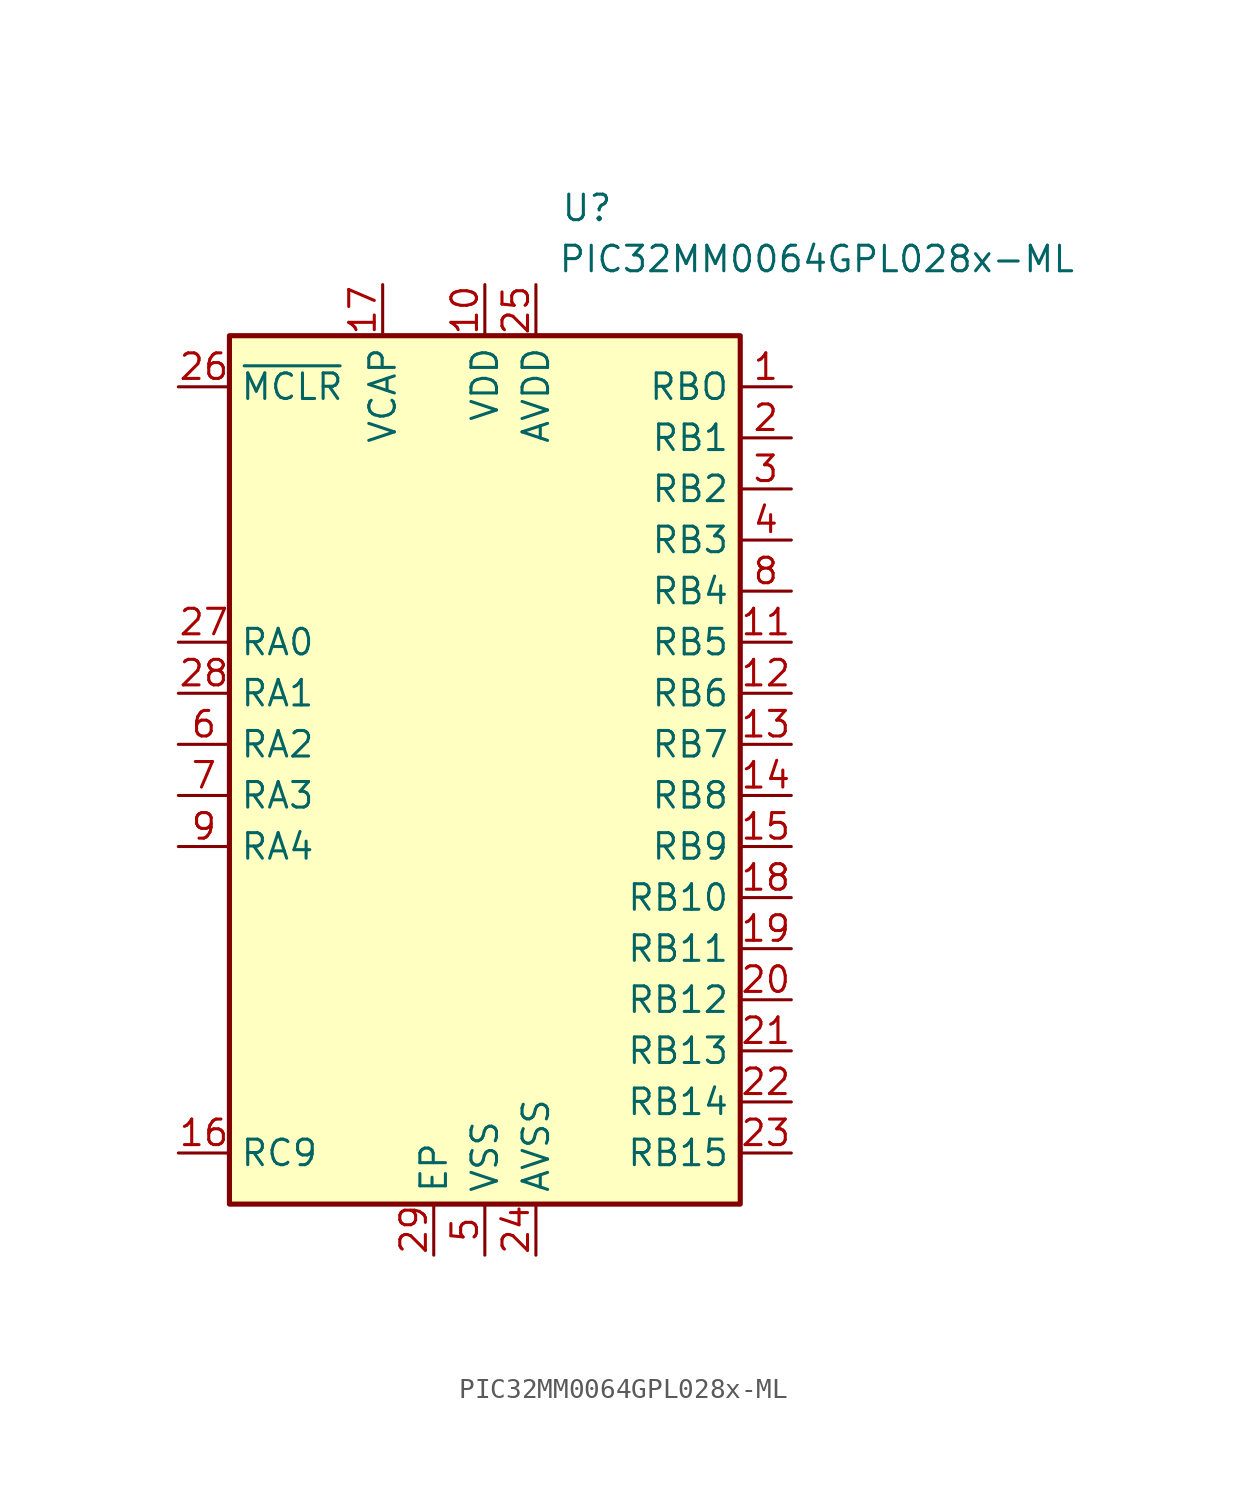
<source format=kicad_sym>
(kicad_symbol_lib
  (version 20231120)
  (generator "kicad_symbol_editor")
  (generator_version "8.0")
  (symbol "PIC32MM0064GPL028x-ML"
    (property "Reference" "U"
      (at 5.08 26.67 0)
      (effects (font (size 1.27 1.27))))
    (property "Value" "PIC32MM0064GPL028x-ML"
      (at 16.51 24.13 0)
      (effects (font (size 1.27 1.27))))
    (symbol "PIC32MM0064GPL028x-ML_0_0"
      (pin bidirectional line (at 15.24 17.78 180) (length 2.54) (name "RBO" (effects (font (size 1.27 1.27)))) (number "1" (effects (font (size 1.27 1.27)))))
      (pin power_in line (at 0 22.86 270) (length 2.54) (name "VDD" (effects (font (size 1.27 1.27)))) (number "10" (effects (font (size 1.27 1.27)))))
      (pin bidirectional line (at 15.24 5.08 180) (length 2.54) (name "RB5" (effects (font (size 1.27 1.27)))) (number "11" (effects (font (size 1.27 1.27)))))
      (pin bidirectional line (at 15.24 2.54 180) (length 2.54) (name "RB6" (effects (font (size 1.27 1.27)))) (number "12" (effects (font (size 1.27 1.27)))))
      (pin bidirectional line (at 15.24 0 180) (length 2.54) (name "RB7" (effects (font (size 1.27 1.27)))) (number "13" (effects (font (size 1.27 1.27)))))
      (pin bidirectional line (at 15.24 -2.54 180) (length 2.54) (name "RB8" (effects (font (size 1.27 1.27)))) (number "14" (effects (font (size 1.27 1.27)))))
      (pin bidirectional line (at 15.24 -5.08 180) (length 2.54) (name "RB9" (effects (font (size 1.27 1.27)))) (number "15" (effects (font (size 1.27 1.27)))))
      (pin bidirectional line (at -15.24 -20.32 0) (length 2.54) (name "RC9" (effects (font (size 1.27 1.27)))) (number "16" (effects (font (size 1.27 1.27)))))
      (pin power_out line (at -5.08 22.86 270) (length 2.54) (name "VCAP" (effects (font (size 1.27 1.27)))) (number "17" (effects (font (size 1.27 1.27)))))
      (pin bidirectional line (at 15.24 -7.62 180) (length 2.54) (name "RB10" (effects (font (size 1.27 1.27)))) (number "18" (effects (font (size 1.27 1.27)))))
      (pin bidirectional line (at 15.24 -10.16 180) (length 2.54) (name "RB11" (effects (font (size 1.27 1.27)))) (number "19" (effects (font (size 1.27 1.27)))))
      (pin bidirectional line (at 15.24 15.24 180) (length 2.54) (name "RB1" (effects (font (size 1.27 1.27)))) (number "2" (effects (font (size 1.27 1.27)))))
      (pin bidirectional line (at 15.24 -12.7 180) (length 2.54) (name "RB12" (effects (font (size 1.27 1.27)))) (number "20" (effects (font (size 1.27 1.27)))))
      (pin bidirectional line (at 15.24 -15.24 180) (length 2.54) (name "RB13" (effects (font (size 1.27 1.27)))) (number "21" (effects (font (size 1.27 1.27)))))
      (pin bidirectional line (at 15.24 -17.78 180) (length 2.54) (name "RB14" (effects (font (size 1.27 1.27)))) (number "22" (effects (font (size 1.27 1.27)))))
      (pin bidirectional line (at 15.24 -20.32 180) (length 2.54) (name "RB15" (effects (font (size 1.27 1.27)))) (number "23" (effects (font (size 1.27 1.27)))))
      (pin power_in line (at 2.54 -25.4 90) (length 2.54) (name "AVSS" (effects (font (size 1.27 1.27)))) (number "24" (effects (font (size 1.27 1.27)))))
      (pin power_in line (at 2.54 22.86 270) (length 2.54) (name "AVDD" (effects (font (size 1.27 1.27)))) (number "25" (effects (font (size 1.27 1.27)))))
      (pin input line (at -15.24 17.78 0) (length 2.54) (name "~{MCLR}" (effects (font (size 1.27 1.27)))) (number "26" (effects (font (size 1.27 1.27)))))
      (pin bidirectional line (at -15.24 5.08 0) (length 2.54) (name "RA0" (effects (font (size 1.27 1.27)))) (number "27" (effects (font (size 1.27 1.27)))))
      (pin bidirectional line (at -15.24 2.54 0) (length 2.54) (name "RA1" (effects (font (size 1.27 1.27)))) (number "28" (effects (font (size 1.27 1.27)))))
      (pin passive line (at -2.54 -25.4 90) (length 2.54) (name "EP" (effects (font (size 1.27 1.27)))) (number "29" (effects (font (size 1.27 1.27)))))
      (pin bidirectional line (at 15.24 12.7 180) (length 2.54) (name "RB2" (effects (font (size 1.27 1.27)))) (number "3" (effects (font (size 1.27 1.27)))))
      (pin bidirectional line (at 15.24 10.16 180) (length 2.54) (name "RB3" (effects (font (size 1.27 1.27)))) (number "4" (effects (font (size 1.27 1.27)))))
      (pin power_in line (at 0 -25.4 90) (length 2.54) (name "VSS" (effects (font (size 1.27 1.27)))) (number "5" (effects (font (size 1.27 1.27)))))
      (pin bidirectional line (at -15.24 0 0) (length 2.54) (name "RA2" (effects (font (size 1.27 1.27)))) (number "6" (effects (font (size 1.27 1.27)))))
      (pin bidirectional line (at -15.24 -2.54 0) (length 2.54) (name "RA3" (effects (font (size 1.27 1.27)))) (number "7" (effects (font (size 1.27 1.27)))))
      (pin bidirectional line (at 15.24 7.62 180) (length 2.54) (name "RB4" (effects (font (size 1.27 1.27)))) (number "8" (effects (font (size 1.27 1.27)))))
      (pin bidirectional line (at -15.24 -5.08 0) (length 2.54) (name "RA4" (effects (font (size 1.27 1.27)))) (number "9" (effects (font (size 1.27 1.27))))))
    (symbol "PIC32MM0064GPL028x-ML_0_1"
      (rectangle (start -12.7 20.32) (end 12.7 -22.86) (stroke (width 0.254) (type default)) (fill (type background))))))
</source>
